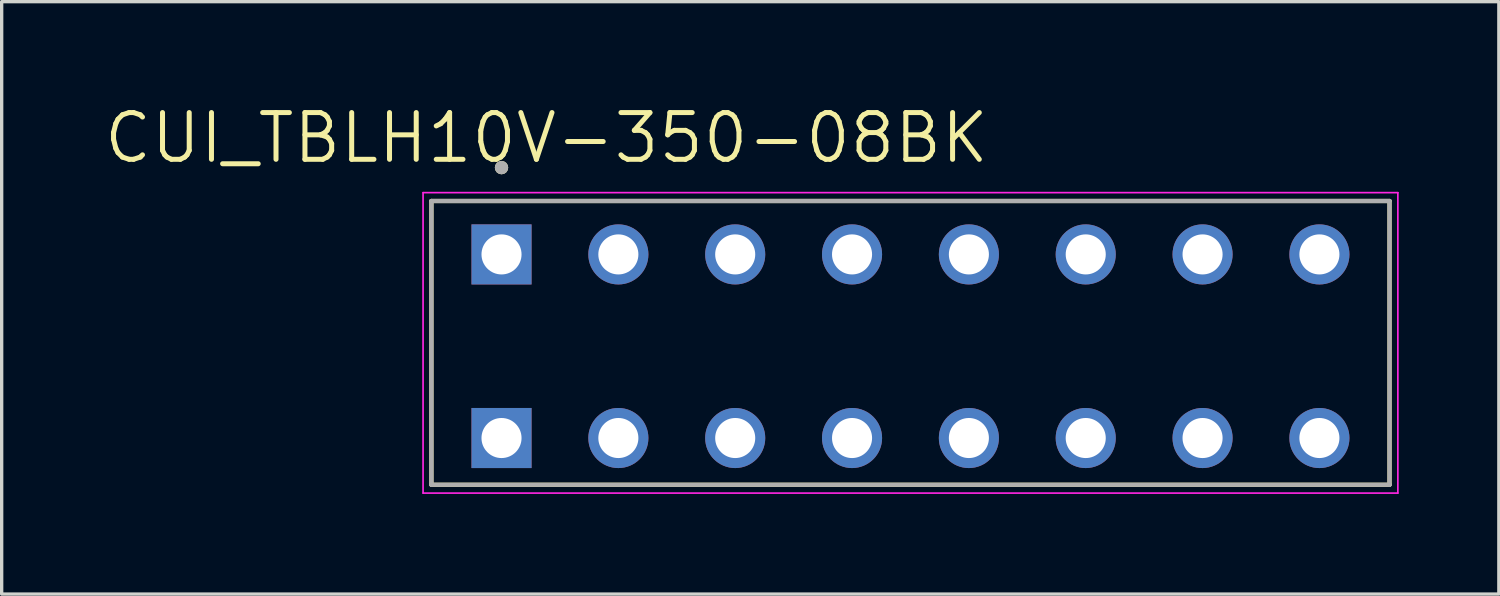
<source format=kicad_pcb>
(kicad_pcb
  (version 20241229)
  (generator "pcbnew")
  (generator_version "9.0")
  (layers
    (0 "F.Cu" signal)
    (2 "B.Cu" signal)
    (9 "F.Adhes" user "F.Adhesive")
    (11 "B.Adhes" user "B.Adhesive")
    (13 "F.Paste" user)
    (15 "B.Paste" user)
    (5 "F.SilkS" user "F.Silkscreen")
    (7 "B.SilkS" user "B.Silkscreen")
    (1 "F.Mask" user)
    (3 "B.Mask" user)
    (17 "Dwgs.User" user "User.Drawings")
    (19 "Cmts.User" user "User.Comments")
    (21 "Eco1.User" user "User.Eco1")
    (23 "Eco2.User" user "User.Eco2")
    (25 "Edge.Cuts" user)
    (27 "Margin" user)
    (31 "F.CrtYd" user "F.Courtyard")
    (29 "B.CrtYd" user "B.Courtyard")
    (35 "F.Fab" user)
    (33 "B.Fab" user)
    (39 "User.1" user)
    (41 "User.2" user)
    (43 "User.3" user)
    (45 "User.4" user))
  (footprint "CUI_TBLH10V-350-08BK"
    (layer "F.Cu")
    (at 11.973 4.571)
    (property "Reference" "CUI_TBLH10V-350-08BK" (at 1.345 -3.489 0) (layer "F.SilkS") (effects (font (size 1.4 1.4) (thickness 0.15))))
    (attr through_hole)
    (fp_line (start -2.1 -1.6) (end 26.6 -1.6) (stroke (width 0.127) (type solid)) (layer "F.SilkS"))
    (fp_line (start -2.1 6.9) (end -2.1 -1.6) (stroke (width 0.127) (type solid)) (layer "F.SilkS"))
    (fp_line (start 26.6 -1.6) (end 26.6 6.9) (stroke (width 0.127) (type solid)) (layer "F.SilkS"))
    (fp_line (start 26.6 6.9) (end -2.1 6.9) (stroke (width 0.127) (type solid)) (layer "F.SilkS"))
    (fp_circle (center 0 -2.6) (end 0.1 -2.6) (stroke (width 0.2) (type solid)) (fill no) (layer "F.SilkS"))
    (fp_line (start -2.35 -1.85) (end 26.85 -1.85) (stroke (width 0.05) (type solid)) (layer "F.CrtYd"))
    (fp_line (start -2.35 7.15) (end -2.35 -1.85) (stroke (width 0.05) (type solid)) (layer "F.CrtYd"))
    (fp_line (start 26.85 -1.85) (end 26.85 7.15) (stroke (width 0.05) (type solid)) (layer "F.CrtYd"))
    (fp_line (start 26.85 7.15) (end -2.35 7.15) (stroke (width 0.05) (type solid)) (layer "F.CrtYd"))
    (fp_line (start -2.1 -1.6) (end 26.6 -1.6) (stroke (width 0.127) (type solid)) (layer "F.Fab"))
    (fp_line (start -2.1 6.9) (end -2.1 -1.6) (stroke (width 0.127) (type solid)) (layer "F.Fab"))
    (fp_line (start 26.6 -1.6) (end 26.6 6.9) (stroke (width 0.127) (type solid)) (layer "F.Fab"))
    (fp_line (start 26.6 6.9) (end -2.1 6.9) (stroke (width 0.127) (type solid)) (layer "F.Fab"))
    (fp_circle (center 0 -2.6) (end 0.1 -2.6) (stroke (width 0.2) (type solid)) (fill no) (layer "F.Fab"))
    (pad "1_A" thru_hole rect (at 0 0) (size 1.8 1.8) (drill 1.2) (layers "*.Cu" "*.Mask"))
    (pad "1_B" thru_hole rect (at 0 5.5) (size 1.8 1.8) (drill 1.2) (layers "*.Cu" "*.Mask"))
    (pad "2_A" thru_hole circle (at 3.5 0) (size 1.8 1.8) (drill 1.2) (layers "*.Cu" "*.Mask"))
    (pad "2_B" thru_hole circle (at 3.5 5.5) (size 1.8 1.8) (drill 1.2) (layers "*.Cu" "*.Mask"))
    (pad "3_A" thru_hole circle (at 7 0) (size 1.8 1.8) (drill 1.2) (layers "*.Cu" "*.Mask"))
    (pad "3_B" thru_hole circle (at 7 5.5) (size 1.8 1.8) (drill 1.2) (layers "*.Cu" "*.Mask"))
    (pad "4_A" thru_hole circle (at 10.5 0) (size 1.8 1.8) (drill 1.2) (layers "*.Cu" "*.Mask"))
    (pad "4_B" thru_hole circle (at 10.5 5.5) (size 1.8 1.8) (drill 1.2) (layers "*.Cu" "*.Mask"))
    (pad "5_A" thru_hole circle (at 14 0) (size 1.8 1.8) (drill 1.2) (layers "*.Cu" "*.Mask"))
    (pad "5_B" thru_hole circle (at 14 5.5) (size 1.8 1.8) (drill 1.2) (layers "*.Cu" "*.Mask"))
    (pad "6_A" thru_hole circle (at 17.5 0) (size 1.8 1.8) (drill 1.2) (layers "*.Cu" "*.Mask"))
    (pad "6_B" thru_hole circle (at 17.5 5.5) (size 1.8 1.8) (drill 1.2) (layers "*.Cu" "*.Mask"))
    (pad "7_A" thru_hole circle (at 21 0) (size 1.8 1.8) (drill 1.2) (layers "*.Cu" "*.Mask"))
    (pad "7_B" thru_hole circle (at 21 5.5) (size 1.8 1.8) (drill 1.2) (layers "*.Cu" "*.Mask"))
    (pad "8_A" thru_hole circle (at 24.5 0) (size 1.8 1.8) (drill 1.2) (layers "*.Cu" "*.Mask"))
    (pad "8_B" thru_hole circle (at 24.5 5.5) (size 1.8 1.8) (drill 1.2) (layers "*.Cu" "*.Mask")))
  (gr_rect
    (start -3 -3)
    (end 41.848 14.746)
    (stroke (width 0.1) (type default))
    (fill no)
    (layer "Edge.Cuts")))
</source>
